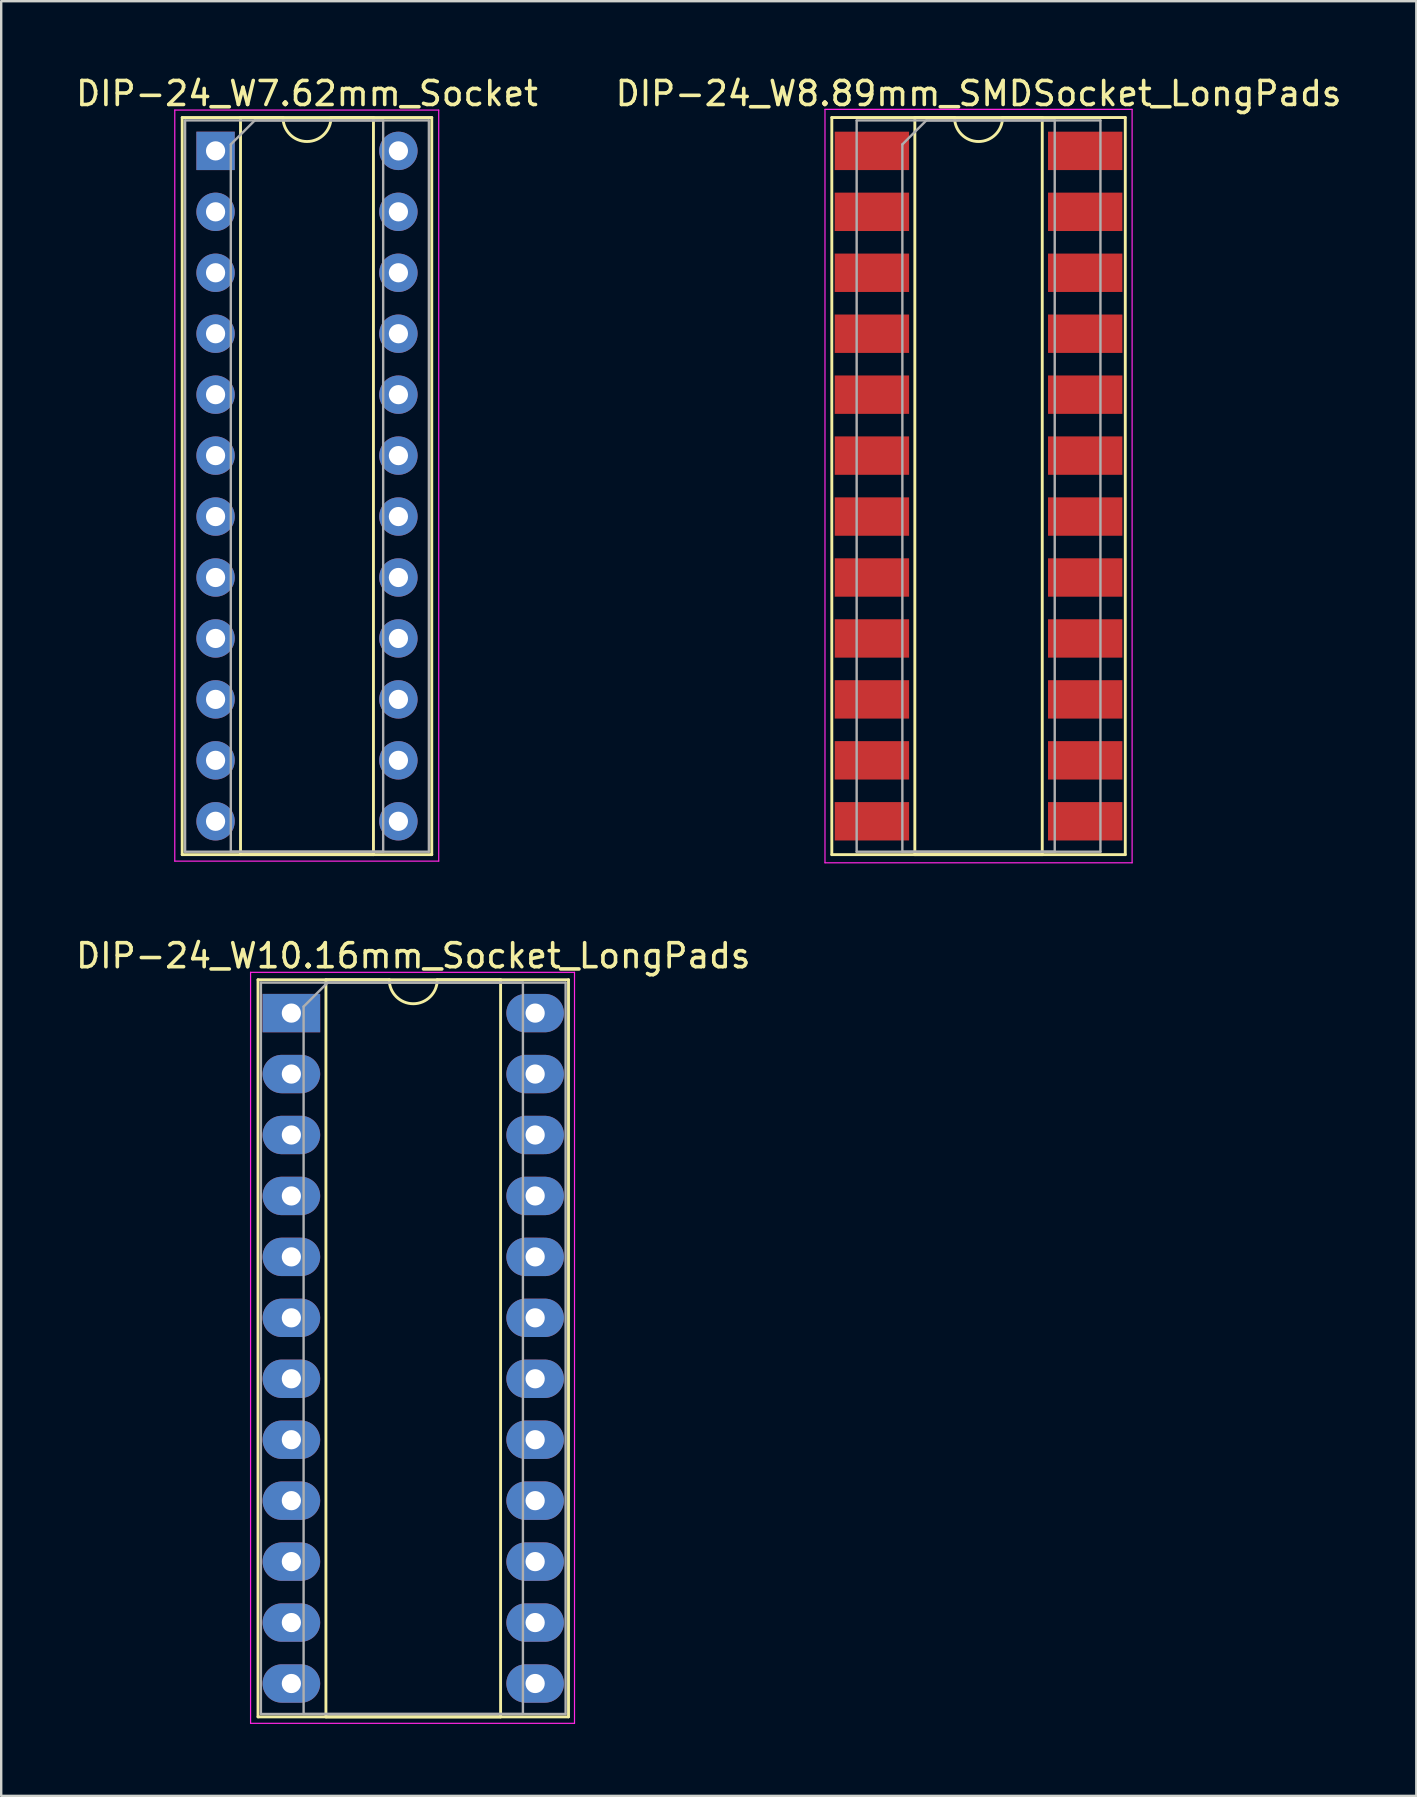
<source format=kicad_pcb>
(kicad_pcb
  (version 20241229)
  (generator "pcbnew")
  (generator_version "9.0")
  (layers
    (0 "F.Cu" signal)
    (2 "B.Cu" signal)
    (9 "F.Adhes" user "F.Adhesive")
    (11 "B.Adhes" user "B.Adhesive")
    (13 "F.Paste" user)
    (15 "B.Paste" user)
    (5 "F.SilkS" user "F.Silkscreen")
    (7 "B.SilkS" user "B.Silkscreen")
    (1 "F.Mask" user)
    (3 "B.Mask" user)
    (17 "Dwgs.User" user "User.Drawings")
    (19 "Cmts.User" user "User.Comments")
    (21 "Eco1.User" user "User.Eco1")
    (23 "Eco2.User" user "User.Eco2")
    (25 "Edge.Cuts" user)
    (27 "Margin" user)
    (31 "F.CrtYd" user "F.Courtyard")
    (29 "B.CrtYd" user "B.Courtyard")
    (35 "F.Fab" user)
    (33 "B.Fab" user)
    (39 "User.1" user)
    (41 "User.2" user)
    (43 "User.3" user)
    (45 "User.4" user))
  (footprint "DIP-24_W8.89mm_SMDSocket_LongPads"
    (layer "F.Cu")
    (at 37.732 17.208)
    (property "Reference" "DIP-24_W8.89mm_SMDSocket_LongPads" (at 0 -16.36 0) (layer "F.SilkS") (effects (font (size 1 1) (thickness 0.15))))
    (attr smd)
    (fp_line (start -6.115 -15.36) (end -6.115 15.36) (stroke (width 0.12) (type solid)) (layer "F.SilkS"))
    (fp_line (start -6.115 15.36) (end 6.115 15.36) (stroke (width 0.12) (type solid)) (layer "F.SilkS"))
    (fp_line (start -2.655 -15.36) (end -2.655 15.36) (stroke (width 0.12) (type solid)) (layer "F.SilkS"))
    (fp_line (start -2.655 15.36) (end 2.655 15.36) (stroke (width 0.12) (type solid)) (layer "F.SilkS"))
    (fp_line (start -1 -15.36) (end -2.655 -15.36) (stroke (width 0.12) (type solid)) (layer "F.SilkS"))
    (fp_line (start 2.655 -15.36) (end 1 -15.36) (stroke (width 0.12) (type solid)) (layer "F.SilkS"))
    (fp_line (start 2.655 15.36) (end 2.655 -15.36) (stroke (width 0.12) (type solid)) (layer "F.SilkS"))
    (fp_line (start 6.115 -15.36) (end -6.115 -15.36) (stroke (width 0.12) (type solid)) (layer "F.SilkS"))
    (fp_line (start 6.115 15.36) (end 6.115 -15.36) (stroke (width 0.12) (type solid)) (layer "F.SilkS"))
    (fp_arc (start 1 -15.36) (mid 0 -14.36) (end -1 -15.36) (stroke (width 0.12) (type solid)) (layer "F.SilkS"))
    (fp_line (start -6.4 -15.7) (end -6.4 15.7) (stroke (width 0.05) (type solid)) (layer "F.CrtYd"))
    (fp_line (start -6.4 15.7) (end 6.4 15.7) (stroke (width 0.05) (type solid)) (layer "F.CrtYd"))
    (fp_line (start 6.4 -15.7) (end -6.4 -15.7) (stroke (width 0.05) (type solid)) (layer "F.CrtYd"))
    (fp_line (start 6.4 15.7) (end 6.4 -15.7) (stroke (width 0.05) (type solid)) (layer "F.CrtYd"))
    (fp_line (start -5.08 -15.24) (end -5.08 15.24) (stroke (width 0.1) (type solid)) (layer "F.Fab"))
    (fp_line (start -5.08 15.24) (end 5.08 15.24) (stroke (width 0.1) (type solid)) (layer "F.Fab"))
    (fp_line (start -3.175 -14.24) (end -2.175 -15.24) (stroke (width 0.1) (type solid)) (layer "F.Fab"))
    (fp_line (start -3.175 15.24) (end -3.175 -14.24) (stroke (width 0.1) (type solid)) (layer "F.Fab"))
    (fp_line (start -2.175 -15.24) (end 3.175 -15.24) (stroke (width 0.1) (type solid)) (layer "F.Fab"))
    (fp_line (start 3.175 -15.24) (end 3.175 15.24) (stroke (width 0.1) (type solid)) (layer "F.Fab"))
    (fp_line (start 3.175 15.24) (end -3.175 15.24) (stroke (width 0.1) (type solid)) (layer "F.Fab"))
    (fp_line (start 5.08 -15.24) (end -5.08 -15.24) (stroke (width 0.1) (type solid)) (layer "F.Fab"))
    (fp_line (start 5.08 15.24) (end 5.08 -15.24) (stroke (width 0.1) (type solid)) (layer "F.Fab"))
    (pad "1" smd rect (at -4.445 -13.97) (size 3.1 1.6) (layers "F.Cu" "F.Mask"))
    (pad "2" smd rect (at -4.445 -11.43) (size 3.1 1.6) (layers "F.Cu" "F.Mask"))
    (pad "3" smd rect (at -4.445 -8.89) (size 3.1 1.6) (layers "F.Cu" "F.Mask"))
    (pad "4" smd rect (at -4.445 -6.35) (size 3.1 1.6) (layers "F.Cu" "F.Mask"))
    (pad "5" smd rect (at -4.445 -3.81) (size 3.1 1.6) (layers "F.Cu" "F.Mask"))
    (pad "6" smd rect (at -4.445 -1.27) (size 3.1 1.6) (layers "F.Cu" "F.Mask"))
    (pad "7" smd rect (at -4.445 1.27) (size 3.1 1.6) (layers "F.Cu" "F.Mask"))
    (pad "8" smd rect (at -4.445 3.81) (size 3.1 1.6) (layers "F.Cu" "F.Mask"))
    (pad "9" smd rect (at -4.445 6.35) (size 3.1 1.6) (layers "F.Cu" "F.Mask"))
    (pad "10" smd rect (at -4.445 8.89) (size 3.1 1.6) (layers "F.Cu" "F.Mask"))
    (pad "11" smd rect (at -4.445 11.43) (size 3.1 1.6) (layers "F.Cu" "F.Mask"))
    (pad "12" smd rect (at -4.445 13.97) (size 3.1 1.6) (layers "F.Cu" "F.Mask"))
    (pad "13" smd rect (at 4.445 13.97) (size 3.1 1.6) (layers "F.Cu" "F.Mask"))
    (pad "14" smd rect (at 4.445 11.43) (size 3.1 1.6) (layers "F.Cu" "F.Mask"))
    (pad "15" smd rect (at 4.445 8.89) (size 3.1 1.6) (layers "F.Cu" "F.Mask"))
    (pad "16" smd rect (at 4.445 6.35) (size 3.1 1.6) (layers "F.Cu" "F.Mask"))
    (pad "17" smd rect (at 4.445 3.81) (size 3.1 1.6) (layers "F.Cu" "F.Mask"))
    (pad "18" smd rect (at 4.445 1.27) (size 3.1 1.6) (layers "F.Cu" "F.Mask"))
    (pad "19" smd rect (at 4.445 -1.27) (size 3.1 1.6) (layers "F.Cu" "F.Mask"))
    (pad "20" smd rect (at 4.445 -3.81) (size 3.1 1.6) (layers "F.Cu" "F.Mask"))
    (pad "21" smd rect (at 4.445 -6.35) (size 3.1 1.6) (layers "F.Cu" "F.Mask"))
    (pad "22" smd rect (at 4.445 -8.89) (size 3.1 1.6) (layers "F.Cu" "F.Mask"))
    (pad "23" smd rect (at 4.445 -11.43) (size 3.1 1.6) (layers "F.Cu" "F.Mask"))
    (pad "24" smd rect (at 4.445 -13.97) (size 3.1 1.6) (layers "F.Cu" "F.Mask")))
  (footprint "DIP-24_W7.62mm_Socket"
    (layer "F.Cu")
    (at 5.934 3.238)
    (property "Reference" "DIP-24_W7.62mm_Socket" (at 3.81 -2.39 0) (layer "F.SilkS") (effects (font (size 1 1) (thickness 0.15))))
    (attr through_hole)
    (fp_line (start -1.39 -1.39) (end -1.39 29.33) (stroke (width 0.12) (type solid)) (layer "F.SilkS"))
    (fp_line (start -1.39 29.33) (end 9.01 29.33) (stroke (width 0.12) (type solid)) (layer "F.SilkS"))
    (fp_line (start 1.04 -1.39) (end 1.04 29.33) (stroke (width 0.12) (type solid)) (layer "F.SilkS"))
    (fp_line (start 1.04 29.33) (end 6.58 29.33) (stroke (width 0.12) (type solid)) (layer "F.SilkS"))
    (fp_line (start 2.81 -1.39) (end 1.04 -1.39) (stroke (width 0.12) (type solid)) (layer "F.SilkS"))
    (fp_line (start 6.58 -1.39) (end 4.81 -1.39) (stroke (width 0.12) (type solid)) (layer "F.SilkS"))
    (fp_line (start 6.58 29.33) (end 6.58 -1.39) (stroke (width 0.12) (type solid)) (layer "F.SilkS"))
    (fp_line (start 9.01 -1.39) (end -1.39 -1.39) (stroke (width 0.12) (type solid)) (layer "F.SilkS"))
    (fp_line (start 9.01 29.33) (end 9.01 -1.39) (stroke (width 0.12) (type solid)) (layer "F.SilkS"))
    (fp_arc (start 4.81 -1.39) (mid 3.81 -0.39) (end 2.81 -1.39) (stroke (width 0.12) (type solid)) (layer "F.SilkS"))
    (fp_line (start -1.7 -1.7) (end -1.7 29.6) (stroke (width 0.05) (type solid)) (layer "F.CrtYd"))
    (fp_line (start -1.7 29.6) (end 9.3 29.6) (stroke (width 0.05) (type solid)) (layer "F.CrtYd"))
    (fp_line (start 9.3 -1.7) (end -1.7 -1.7) (stroke (width 0.05) (type solid)) (layer "F.CrtYd"))
    (fp_line (start 9.3 29.6) (end 9.3 -1.7) (stroke (width 0.05) (type solid)) (layer "F.CrtYd"))
    (fp_line (start -1.27 -1.27) (end -1.27 29.21) (stroke (width 0.1) (type solid)) (layer "F.Fab"))
    (fp_line (start -1.27 29.21) (end 8.89 29.21) (stroke (width 0.1) (type solid)) (layer "F.Fab"))
    (fp_line (start 0.635 -0.27) (end 1.635 -1.27) (stroke (width 0.1) (type solid)) (layer "F.Fab"))
    (fp_line (start 0.635 29.21) (end 0.635 -0.27) (stroke (width 0.1) (type solid)) (layer "F.Fab"))
    (fp_line (start 1.635 -1.27) (end 6.985 -1.27) (stroke (width 0.1) (type solid)) (layer "F.Fab"))
    (fp_line (start 6.985 -1.27) (end 6.985 29.21) (stroke (width 0.1) (type solid)) (layer "F.Fab"))
    (fp_line (start 6.985 29.21) (end 0.635 29.21) (stroke (width 0.1) (type solid)) (layer "F.Fab"))
    (fp_line (start 8.89 -1.27) (end -1.27 -1.27) (stroke (width 0.1) (type solid)) (layer "F.Fab"))
    (fp_line (start 8.89 29.21) (end 8.89 -1.27) (stroke (width 0.1) (type solid)) (layer "F.Fab"))
    (pad "1" thru_hole rect (at 0 0) (size 1.6 1.6) (drill 0.8) (layers "*.Cu" "*.Mask"))
    (pad "2" thru_hole oval (at 0 2.54) (size 1.6 1.6) (drill 0.8) (layers "*.Cu" "*.Mask"))
    (pad "3" thru_hole oval (at 0 5.08) (size 1.6 1.6) (drill 0.8) (layers "*.Cu" "*.Mask"))
    (pad "4" thru_hole oval (at 0 7.62) (size 1.6 1.6) (drill 0.8) (layers "*.Cu" "*.Mask"))
    (pad "5" thru_hole oval (at 0 10.16) (size 1.6 1.6) (drill 0.8) (layers "*.Cu" "*.Mask"))
    (pad "6" thru_hole oval (at 0 12.7) (size 1.6 1.6) (drill 0.8) (layers "*.Cu" "*.Mask"))
    (pad "7" thru_hole oval (at 0 15.24) (size 1.6 1.6) (drill 0.8) (layers "*.Cu" "*.Mask"))
    (pad "8" thru_hole oval (at 0 17.78) (size 1.6 1.6) (drill 0.8) (layers "*.Cu" "*.Mask"))
    (pad "9" thru_hole oval (at 0 20.32) (size 1.6 1.6) (drill 0.8) (layers "*.Cu" "*.Mask"))
    (pad "10" thru_hole oval (at 0 22.86) (size 1.6 1.6) (drill 0.8) (layers "*.Cu" "*.Mask"))
    (pad "11" thru_hole oval (at 0 25.4) (size 1.6 1.6) (drill 0.8) (layers "*.Cu" "*.Mask"))
    (pad "12" thru_hole oval (at 0 27.94) (size 1.6 1.6) (drill 0.8) (layers "*.Cu" "*.Mask"))
    (pad "13" thru_hole oval (at 7.62 27.94) (size 1.6 1.6) (drill 0.8) (layers "*.Cu" "*.Mask"))
    (pad "14" thru_hole oval (at 7.62 25.4) (size 1.6 1.6) (drill 0.8) (layers "*.Cu" "*.Mask"))
    (pad "15" thru_hole oval (at 7.62 22.86) (size 1.6 1.6) (drill 0.8) (layers "*.Cu" "*.Mask"))
    (pad "16" thru_hole oval (at 7.62 20.32) (size 1.6 1.6) (drill 0.8) (layers "*.Cu" "*.Mask"))
    (pad "17" thru_hole oval (at 7.62 17.78) (size 1.6 1.6) (drill 0.8) (layers "*.Cu" "*.Mask"))
    (pad "18" thru_hole oval (at 7.62 15.24) (size 1.6 1.6) (drill 0.8) (layers "*.Cu" "*.Mask"))
    (pad "19" thru_hole oval (at 7.62 12.7) (size 1.6 1.6) (drill 0.8) (layers "*.Cu" "*.Mask"))
    (pad "20" thru_hole oval (at 7.62 10.16) (size 1.6 1.6) (drill 0.8) (layers "*.Cu" "*.Mask"))
    (pad "21" thru_hole oval (at 7.62 7.62) (size 1.6 1.6) (drill 0.8) (layers "*.Cu" "*.Mask"))
    (pad "22" thru_hole oval (at 7.62 5.08) (size 1.6 1.6) (drill 0.8) (layers "*.Cu" "*.Mask"))
    (pad "23" thru_hole oval (at 7.62 2.54) (size 1.6 1.6) (drill 0.8) (layers "*.Cu" "*.Mask"))
    (pad "24" thru_hole oval (at 7.62 0) (size 1.6 1.6) (drill 0.8) (layers "*.Cu" "*.Mask")))
  (footprint "DIP-24_W10.16mm_Socket_LongPads"
    (layer "F.Cu")
    (at 9.093 39.172)
    (property "Reference" "DIP-24_W10.16mm_Socket_LongPads" (at 5.08 -2.39 0) (layer "F.SilkS") (effects (font (size 1 1) (thickness 0.15))))
    (attr through_hole)
    (fp_line (start -1.39 -1.39) (end -1.39 29.33) (stroke (width 0.12) (type solid)) (layer "F.SilkS"))
    (fp_line (start -1.39 29.33) (end 11.55 29.33) (stroke (width 0.12) (type solid)) (layer "F.SilkS"))
    (fp_line (start 1.44 -1.39) (end 1.44 29.33) (stroke (width 0.12) (type solid)) (layer "F.SilkS"))
    (fp_line (start 1.44 29.33) (end 8.72 29.33) (stroke (width 0.12) (type solid)) (layer "F.SilkS"))
    (fp_line (start 4.08 -1.39) (end 1.44 -1.39) (stroke (width 0.12) (type solid)) (layer "F.SilkS"))
    (fp_line (start 8.72 -1.39) (end 6.08 -1.39) (stroke (width 0.12) (type solid)) (layer "F.SilkS"))
    (fp_line (start 8.72 29.33) (end 8.72 -1.39) (stroke (width 0.12) (type solid)) (layer "F.SilkS"))
    (fp_line (start 11.55 -1.39) (end -1.39 -1.39) (stroke (width 0.12) (type solid)) (layer "F.SilkS"))
    (fp_line (start 11.55 29.33) (end 11.55 -1.39) (stroke (width 0.12) (type solid)) (layer "F.SilkS"))
    (fp_arc (start 6.08 -1.39) (mid 5.08 -0.39) (end 4.08 -1.39) (stroke (width 0.12) (type solid)) (layer "F.SilkS"))
    (fp_line (start -1.7 -1.7) (end -1.7 29.6) (stroke (width 0.05) (type solid)) (layer "F.CrtYd"))
    (fp_line (start -1.7 29.6) (end 11.8 29.6) (stroke (width 0.05) (type solid)) (layer "F.CrtYd"))
    (fp_line (start 11.8 -1.7) (end -1.7 -1.7) (stroke (width 0.05) (type solid)) (layer "F.CrtYd"))
    (fp_line (start 11.8 29.6) (end 11.8 -1.7) (stroke (width 0.05) (type solid)) (layer "F.CrtYd"))
    (fp_line (start -1.27 -1.27) (end -1.27 29.21) (stroke (width 0.1) (type solid)) (layer "F.Fab"))
    (fp_line (start -1.27 29.21) (end 11.43 29.21) (stroke (width 0.1) (type solid)) (layer "F.Fab"))
    (fp_line (start 0.51 -0.27) (end 1.51 -1.27) (stroke (width 0.1) (type solid)) (layer "F.Fab"))
    (fp_line (start 0.51 29.21) (end 0.51 -0.27) (stroke (width 0.1) (type solid)) (layer "F.Fab"))
    (fp_line (start 1.51 -1.27) (end 9.65 -1.27) (stroke (width 0.1) (type solid)) (layer "F.Fab"))
    (fp_line (start 9.65 -1.27) (end 9.65 29.21) (stroke (width 0.1) (type solid)) (layer "F.Fab"))
    (fp_line (start 9.65 29.21) (end 0.51 29.21) (stroke (width 0.1) (type solid)) (layer "F.Fab"))
    (fp_line (start 11.43 -1.27) (end -1.27 -1.27) (stroke (width 0.1) (type solid)) (layer "F.Fab"))
    (fp_line (start 11.43 29.21) (end 11.43 -1.27) (stroke (width 0.1) (type solid)) (layer "F.Fab"))
    (pad "1" thru_hole rect (at 0 0) (size 2.4 1.6) (drill 0.8) (layers "*.Cu" "*.Mask"))
    (pad "2" thru_hole oval (at 0 2.54) (size 2.4 1.6) (drill 0.8) (layers "*.Cu" "*.Mask"))
    (pad "3" thru_hole oval (at 0 5.08) (size 2.4 1.6) (drill 0.8) (layers "*.Cu" "*.Mask"))
    (pad "4" thru_hole oval (at 0 7.62) (size 2.4 1.6) (drill 0.8) (layers "*.Cu" "*.Mask"))
    (pad "5" thru_hole oval (at 0 10.16) (size 2.4 1.6) (drill 0.8) (layers "*.Cu" "*.Mask"))
    (pad "6" thru_hole oval (at 0 12.7) (size 2.4 1.6) (drill 0.8) (layers "*.Cu" "*.Mask"))
    (pad "7" thru_hole oval (at 0 15.24) (size 2.4 1.6) (drill 0.8) (layers "*.Cu" "*.Mask"))
    (pad "8" thru_hole oval (at 0 17.78) (size 2.4 1.6) (drill 0.8) (layers "*.Cu" "*.Mask"))
    (pad "9" thru_hole oval (at 0 20.32) (size 2.4 1.6) (drill 0.8) (layers "*.Cu" "*.Mask"))
    (pad "10" thru_hole oval (at 0 22.86) (size 2.4 1.6) (drill 0.8) (layers "*.Cu" "*.Mask"))
    (pad "11" thru_hole oval (at 0 25.4) (size 2.4 1.6) (drill 0.8) (layers "*.Cu" "*.Mask"))
    (pad "12" thru_hole oval (at 0 27.94) (size 2.4 1.6) (drill 0.8) (layers "*.Cu" "*.Mask"))
    (pad "13" thru_hole oval (at 10.16 27.94) (size 2.4 1.6) (drill 0.8) (layers "*.Cu" "*.Mask"))
    (pad "14" thru_hole oval (at 10.16 25.4) (size 2.4 1.6) (drill 0.8) (layers "*.Cu" "*.Mask"))
    (pad "15" thru_hole oval (at 10.16 22.86) (size 2.4 1.6) (drill 0.8) (layers "*.Cu" "*.Mask"))
    (pad "16" thru_hole oval (at 10.16 20.32) (size 2.4 1.6) (drill 0.8) (layers "*.Cu" "*.Mask"))
    (pad "17" thru_hole oval (at 10.16 17.78) (size 2.4 1.6) (drill 0.8) (layers "*.Cu" "*.Mask"))
    (pad "18" thru_hole oval (at 10.16 15.24) (size 2.4 1.6) (drill 0.8) (layers "*.Cu" "*.Mask"))
    (pad "19" thru_hole oval (at 10.16 12.7) (size 2.4 1.6) (drill 0.8) (layers "*.Cu" "*.Mask"))
    (pad "20" thru_hole oval (at 10.16 10.16) (size 2.4 1.6) (drill 0.8) (layers "*.Cu" "*.Mask"))
    (pad "21" thru_hole oval (at 10.16 7.62) (size 2.4 1.6) (drill 0.8) (layers "*.Cu" "*.Mask"))
    (pad "22" thru_hole oval (at 10.16 5.08) (size 2.4 1.6) (drill 0.8) (layers "*.Cu" "*.Mask"))
    (pad "23" thru_hole oval (at 10.16 2.54) (size 2.4 1.6) (drill 0.8) (layers "*.Cu" "*.Mask"))
    (pad "24" thru_hole oval (at 10.16 0) (size 2.4 1.6) (drill 0.8) (layers "*.Cu" "*.Mask")))
  (gr_rect
    (start -3 -3)
    (end 55.976 71.796)
    (stroke (width 0.1) (type default))
    (fill no)
    (layer "Edge.Cuts")))
</source>
